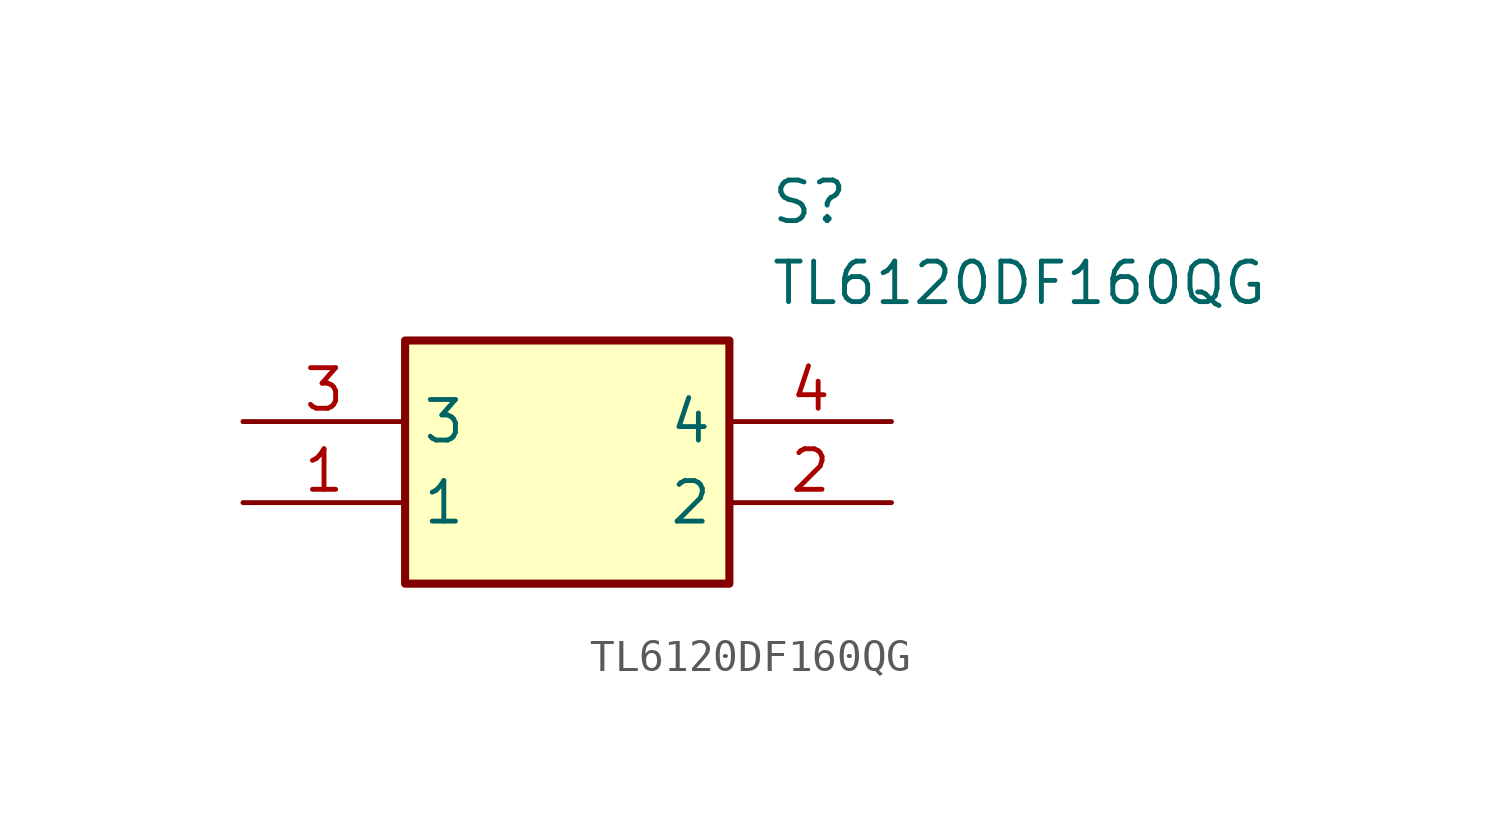
<source format=kicad_sym>
(kicad_symbol_lib
  (version 20241209)
  (generator "kicad_symbol_editor")
  (generator_version "9.0")
  (symbol "TL6120DF160QG"
    (property "Reference" "S"
      (at 16.51 7.62 0)
      (effects (font (size 1.27 1.27)) (justify left top)))
    (property "Value" "TL6120DF160QG"
      (at 16.51 5.08 0)
      (effects (font (size 1.27 1.27)) (justify left top)))
    (symbol "TL6120DF160QG_1_1"
      (rectangle (start 5.08 2.54) (end 15.24 -5.08) (stroke (width 0.254) (type default)) (fill (type background)))
      (pin passive line (at 0 0 0) (length 5.08) (name "3" (effects (font (size 1.27 1.27)))) (number "3" (effects (font (size 1.27 1.27)))))
      (pin passive line (at 0 -2.54 0) (length 5.08) (name "1" (effects (font (size 1.27 1.27)))) (number "1" (effects (font (size 1.27 1.27)))))
      (pin passive line (at 20.32 0 180) (length 5.08) (name "4" (effects (font (size 1.27 1.27)))) (number "4" (effects (font (size 1.27 1.27)))))
      (pin passive line (at 20.32 -2.54 180) (length 5.08) (name "2" (effects (font (size 1.27 1.27)))) (number "2" (effects (font (size 1.27 1.27))))))))
</source>
